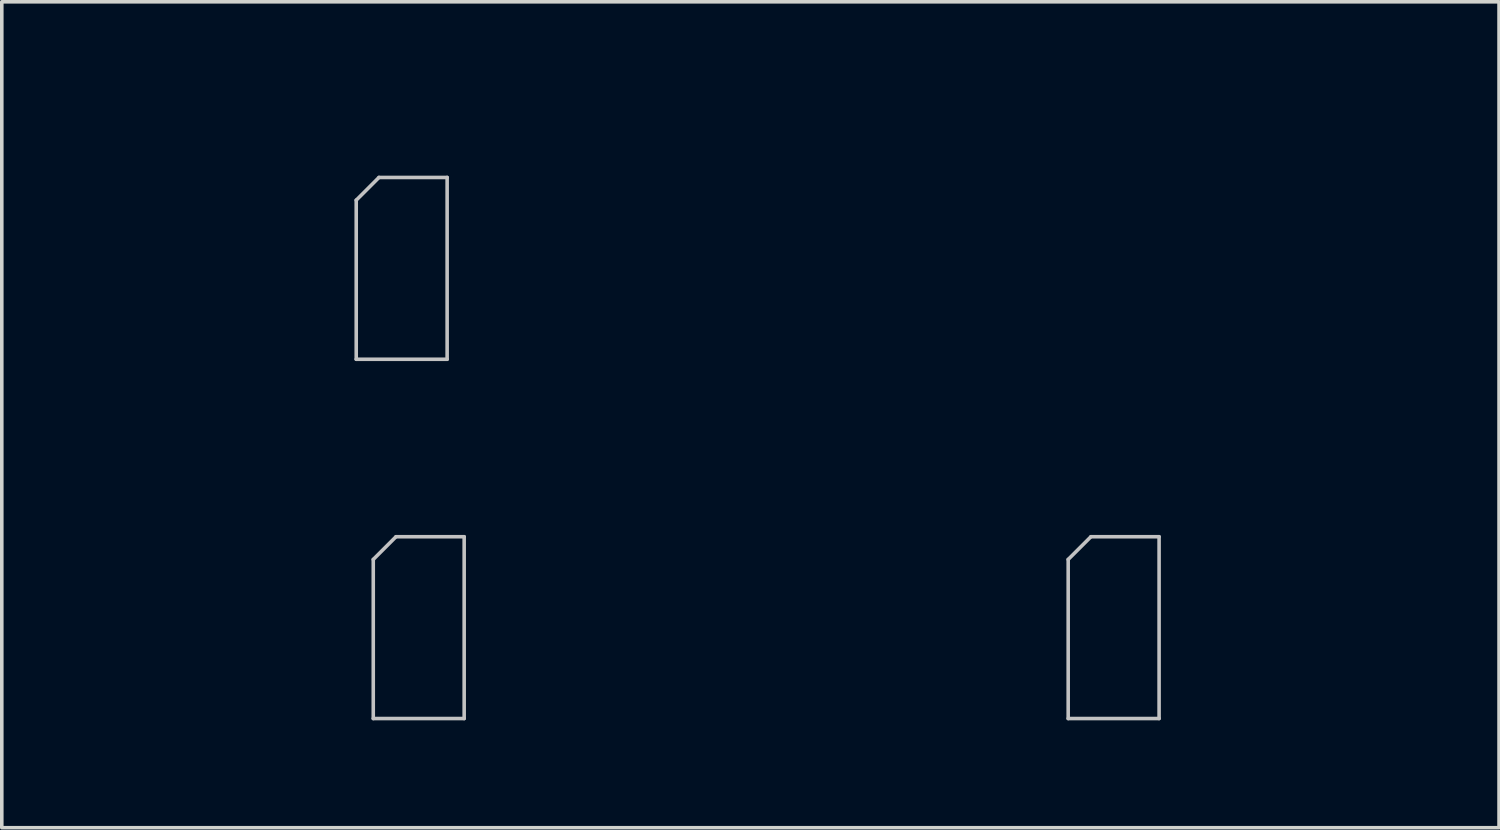
<source format=kicad_pcb>
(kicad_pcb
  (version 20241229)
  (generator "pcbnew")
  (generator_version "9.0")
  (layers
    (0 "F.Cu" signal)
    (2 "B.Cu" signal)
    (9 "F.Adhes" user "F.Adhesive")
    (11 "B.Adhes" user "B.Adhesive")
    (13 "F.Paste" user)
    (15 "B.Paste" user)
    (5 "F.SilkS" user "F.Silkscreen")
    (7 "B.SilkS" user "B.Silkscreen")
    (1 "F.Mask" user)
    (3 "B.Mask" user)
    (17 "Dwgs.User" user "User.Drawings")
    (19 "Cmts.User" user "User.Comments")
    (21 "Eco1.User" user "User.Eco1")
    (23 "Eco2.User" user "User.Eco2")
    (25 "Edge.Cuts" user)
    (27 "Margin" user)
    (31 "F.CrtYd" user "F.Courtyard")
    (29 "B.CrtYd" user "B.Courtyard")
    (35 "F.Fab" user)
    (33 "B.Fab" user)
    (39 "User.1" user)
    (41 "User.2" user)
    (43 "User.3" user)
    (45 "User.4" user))
  (footprint "Jumper_2.54mm_blue"
    (layer "F.Cu")
    (at 8.173 3.178)
    (property "Reference" "Jumper_2.54mm_blue" (at 0 -2.33 0) (layer "User.1") (effects (font (size 1 1) (thickness 0.15))))
    (fp_line (start -1.27 -0.635) (end -0.635 -1.27) (stroke (width 0.1) (type solid)) (layer "Dwgs.User"))
    (fp_line (start -1.27 3.81) (end -1.27 -0.635) (stroke (width 0.1) (type solid)) (layer "Dwgs.User"))
    (fp_line (start -0.635 -1.27) (end 1.27 -1.27) (stroke (width 0.1) (type solid)) (layer "Dwgs.User"))
    (fp_line (start 1.27 -1.27) (end 1.27 3.81) (stroke (width 0.1) (type solid)) (layer "Dwgs.User"))
    (fp_line (start 1.27 3.81) (end -1.27 3.81) (stroke (width 0.1) (type solid)) (layer "Dwgs.User")))
  (footprint "Jumper_2.54mm_green"
    (layer "F.Cu")
    (at 8.649 13.216)
    (property "Reference" "Jumper_2.54mm_green" (at 0 -2.33 0) (layer "User.1") (effects (font (size 1 1) (thickness 0.15))))
    (fp_line (start -1.27 -0.635) (end -0.635 -1.27) (stroke (width 0.1) (type solid)) (layer "Dwgs.User"))
    (fp_line (start -1.27 3.81) (end -1.27 -0.635) (stroke (width 0.1) (type solid)) (layer "Dwgs.User"))
    (fp_line (start -0.635 -1.27) (end 1.27 -1.27) (stroke (width 0.1) (type solid)) (layer "Dwgs.User"))
    (fp_line (start 1.27 -1.27) (end 1.27 3.81) (stroke (width 0.1) (type solid)) (layer "Dwgs.User"))
    (fp_line (start 1.27 3.81) (end -1.27 3.81) (stroke (width 0.1) (type solid)) (layer "Dwgs.User")))
  (footprint "Jumper_2.54mm_red"
    (layer "F.Cu")
    (at 28.065 13.216)
    (property "Reference" "Jumper_2.54mm_red" (at 0 -2.33 0) (layer "User.1") (effects (font (size 1 1) (thickness 0.15))))
    (fp_line (start -1.27 -0.635) (end -0.635 -1.27) (stroke (width 0.1) (type solid)) (layer "Dwgs.User"))
    (fp_line (start -1.27 3.81) (end -1.27 -0.635) (stroke (width 0.1) (type solid)) (layer "Dwgs.User"))
    (fp_line (start -0.635 -1.27) (end 1.27 -1.27) (stroke (width 0.1) (type solid)) (layer "Dwgs.User"))
    (fp_line (start 1.27 -1.27) (end 1.27 3.81) (stroke (width 0.1) (type solid)) (layer "Dwgs.User"))
    (fp_line (start 1.27 3.81) (end -1.27 3.81) (stroke (width 0.1) (type solid)) (layer "Dwgs.User")))
  (gr_rect
    (start -3 -3)
    (end 38.833 20.076)
    (stroke (width 0.1) (type default))
    (fill no)
    (layer "Edge.Cuts")))
</source>
